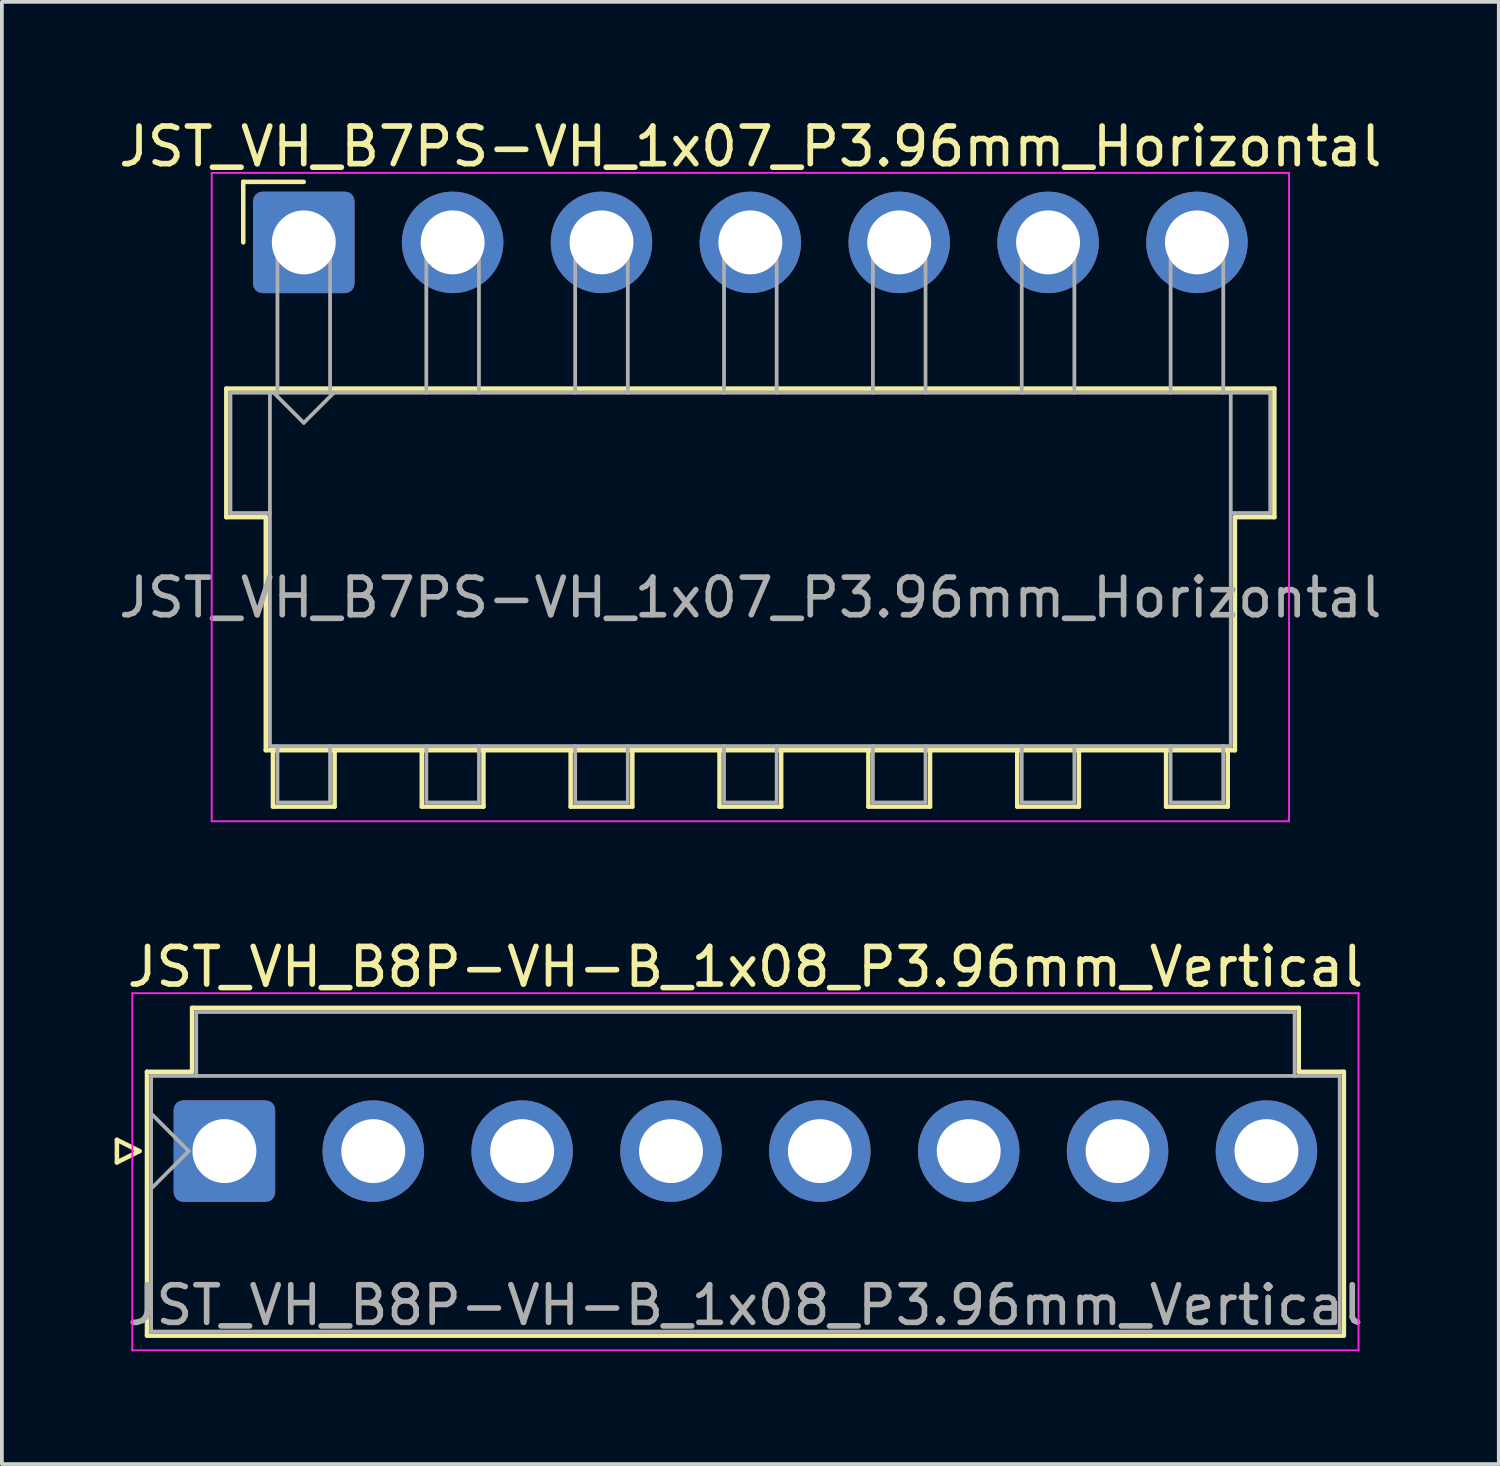
<source format=kicad_pcb>
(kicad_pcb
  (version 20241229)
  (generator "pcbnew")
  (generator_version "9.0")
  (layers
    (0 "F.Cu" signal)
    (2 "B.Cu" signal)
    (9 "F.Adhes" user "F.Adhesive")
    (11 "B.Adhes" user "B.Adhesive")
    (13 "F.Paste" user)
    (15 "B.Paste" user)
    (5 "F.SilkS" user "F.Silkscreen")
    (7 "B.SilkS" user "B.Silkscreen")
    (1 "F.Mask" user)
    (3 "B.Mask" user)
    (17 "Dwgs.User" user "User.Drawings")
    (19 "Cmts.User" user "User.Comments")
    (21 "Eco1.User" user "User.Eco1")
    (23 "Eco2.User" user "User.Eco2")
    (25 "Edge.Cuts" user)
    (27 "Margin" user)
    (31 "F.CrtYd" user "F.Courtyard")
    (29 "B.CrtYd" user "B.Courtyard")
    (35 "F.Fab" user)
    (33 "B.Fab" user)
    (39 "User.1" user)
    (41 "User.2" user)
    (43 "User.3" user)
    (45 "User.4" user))
  (footprint "JST_VH_B7PS-VH_1x07_P3.96mm_Horizontal"
    (layer "F.Cu")
    (at 5.031 3.398)
    (property "Reference" "JST_VH_B7PS-VH_1x07_P3.96mm_Horizontal" (at 11.88 -2.55 0) (layer "F.SilkS") (effects (font (size 1 1) (thickness 0.15))))
    (attr through_hole)
    (fp_line (start -2.06 3.89) (end 25.82 3.89) (stroke (width 0.12) (type solid)) (layer "F.SilkS"))
    (fp_line (start -2.06 7.31) (end -2.06 3.89) (stroke (width 0.12) (type solid)) (layer "F.SilkS"))
    (fp_line (start -1.61 -1.61) (end -1.61 0) (stroke (width 0.12) (type solid)) (layer "F.SilkS"))
    (fp_line (start -1.01 7.31) (end -2.06 7.31) (stroke (width 0.12) (type solid)) (layer "F.SilkS"))
    (fp_line (start -1.01 13.51) (end -1.01 7.31) (stroke (width 0.12) (type solid)) (layer "F.SilkS"))
    (fp_line (start -0.82 13.51) (end -0.82 15.01) (stroke (width 0.12) (type solid)) (layer "F.SilkS"))
    (fp_line (start -0.82 15.01) (end 0.82 15.01) (stroke (width 0.12) (type solid)) (layer "F.SilkS"))
    (fp_line (start 0 -1.61) (end -1.61 -1.61) (stroke (width 0.12) (type solid)) (layer "F.SilkS"))
    (fp_line (start 0.82 15.01) (end 0.82 13.51) (stroke (width 0.12) (type solid)) (layer "F.SilkS"))
    (fp_line (start 3.14 13.51) (end 3.14 15.01) (stroke (width 0.12) (type solid)) (layer "F.SilkS"))
    (fp_line (start 3.14 15.01) (end 4.78 15.01) (stroke (width 0.12) (type solid)) (layer "F.SilkS"))
    (fp_line (start 4.78 15.01) (end 4.78 13.51) (stroke (width 0.12) (type solid)) (layer "F.SilkS"))
    (fp_line (start 7.1 13.51) (end 7.1 15.01) (stroke (width 0.12) (type solid)) (layer "F.SilkS"))
    (fp_line (start 7.1 15.01) (end 8.74 15.01) (stroke (width 0.12) (type solid)) (layer "F.SilkS"))
    (fp_line (start 8.74 15.01) (end 8.74 13.51) (stroke (width 0.12) (type solid)) (layer "F.SilkS"))
    (fp_line (start 11.06 13.51) (end 11.06 15.01) (stroke (width 0.12) (type solid)) (layer "F.SilkS"))
    (fp_line (start 11.06 15.01) (end 12.7 15.01) (stroke (width 0.12) (type solid)) (layer "F.SilkS"))
    (fp_line (start 12.7 15.01) (end 12.7 13.51) (stroke (width 0.12) (type solid)) (layer "F.SilkS"))
    (fp_line (start 15.02 13.51) (end 15.02 15.01) (stroke (width 0.12) (type solid)) (layer "F.SilkS"))
    (fp_line (start 15.02 15.01) (end 16.66 15.01) (stroke (width 0.12) (type solid)) (layer "F.SilkS"))
    (fp_line (start 16.66 15.01) (end 16.66 13.51) (stroke (width 0.12) (type solid)) (layer "F.SilkS"))
    (fp_line (start 18.98 13.51) (end 18.98 15.01) (stroke (width 0.12) (type solid)) (layer "F.SilkS"))
    (fp_line (start 18.98 15.01) (end 20.62 15.01) (stroke (width 0.12) (type solid)) (layer "F.SilkS"))
    (fp_line (start 20.62 15.01) (end 20.62 13.51) (stroke (width 0.12) (type solid)) (layer "F.SilkS"))
    (fp_line (start 22.94 13.51) (end 22.94 15.01) (stroke (width 0.12) (type solid)) (layer "F.SilkS"))
    (fp_line (start 22.94 15.01) (end 24.58 15.01) (stroke (width 0.12) (type solid)) (layer "F.SilkS"))
    (fp_line (start 24.58 15.01) (end 24.58 13.51) (stroke (width 0.12) (type solid)) (layer "F.SilkS"))
    (fp_line (start 24.77 7.31) (end 24.77 13.51) (stroke (width 0.12) (type solid)) (layer "F.SilkS"))
    (fp_line (start 24.77 13.51) (end -1.01 13.51) (stroke (width 0.12) (type solid)) (layer "F.SilkS"))
    (fp_line (start 25.82 3.89) (end 25.82 7.31) (stroke (width 0.12) (type solid)) (layer "F.SilkS"))
    (fp_line (start 25.82 7.31) (end 24.77 7.31) (stroke (width 0.12) (type solid)) (layer "F.SilkS"))
    (fp_line (start -2.45 -1.85) (end -2.45 15.4) (stroke (width 0.05) (type solid)) (layer "F.CrtYd"))
    (fp_line (start -2.45 15.4) (end 26.21 15.4) (stroke (width 0.05) (type solid)) (layer "F.CrtYd"))
    (fp_line (start 26.21 -1.85) (end -2.45 -1.85) (stroke (width 0.05) (type solid)) (layer "F.CrtYd"))
    (fp_line (start 26.21 15.4) (end 26.21 -1.85) (stroke (width 0.05) (type solid)) (layer "F.CrtYd"))
    (fp_line (start -1.95 4) (end -0.9 4) (stroke (width 0.1) (type solid)) (layer "F.Fab"))
    (fp_line (start -1.95 7.2) (end -1.95 4) (stroke (width 0.1) (type solid)) (layer "F.Fab"))
    (fp_line (start -0.9 4) (end -0.9 13.4) (stroke (width 0.1) (type solid)) (layer "F.Fab"))
    (fp_line (start -0.9 7.2) (end -1.95 7.2) (stroke (width 0.1) (type solid)) (layer "F.Fab"))
    (fp_line (start -0.9 13.4) (end 24.66 13.4) (stroke (width 0.1) (type solid)) (layer "F.Fab"))
    (fp_line (start -0.8 4) (end 0 4.8) (stroke (width 0.1) (type solid)) (layer "F.Fab"))
    (fp_line (start -0.7 0) (end 0.7 0) (stroke (width 0.1) (type solid)) (layer "F.Fab"))
    (fp_line (start -0.7 4) (end -0.7 0) (stroke (width 0.1) (type solid)) (layer "F.Fab"))
    (fp_line (start -0.7 13.4) (end -0.7 14.9) (stroke (width 0.1) (type solid)) (layer "F.Fab"))
    (fp_line (start -0.7 14.9) (end 0.7 14.9) (stroke (width 0.1) (type solid)) (layer "F.Fab"))
    (fp_line (start 0 4.8) (end 0.8 4) (stroke (width 0.1) (type solid)) (layer "F.Fab"))
    (fp_line (start 0.7 0) (end 0.7 4) (stroke (width 0.1) (type solid)) (layer "F.Fab"))
    (fp_line (start 0.7 14.9) (end 0.7 13.4) (stroke (width 0.1) (type solid)) (layer "F.Fab"))
    (fp_line (start 3.26 0) (end 4.66 0) (stroke (width 0.1) (type solid)) (layer "F.Fab"))
    (fp_line (start 3.26 4) (end 3.26 0) (stroke (width 0.1) (type solid)) (layer "F.Fab"))
    (fp_line (start 3.26 13.4) (end 3.26 14.9) (stroke (width 0.1) (type solid)) (layer "F.Fab"))
    (fp_line (start 3.26 14.9) (end 4.66 14.9) (stroke (width 0.1) (type solid)) (layer "F.Fab"))
    (fp_line (start 4.66 0) (end 4.66 4) (stroke (width 0.1) (type solid)) (layer "F.Fab"))
    (fp_line (start 4.66 14.9) (end 4.66 13.4) (stroke (width 0.1) (type solid)) (layer "F.Fab"))
    (fp_line (start 7.22 0) (end 8.62 0) (stroke (width 0.1) (type solid)) (layer "F.Fab"))
    (fp_line (start 7.22 4) (end 7.22 0) (stroke (width 0.1) (type solid)) (layer "F.Fab"))
    (fp_line (start 7.22 13.4) (end 7.22 14.9) (stroke (width 0.1) (type solid)) (layer "F.Fab"))
    (fp_line (start 7.22 14.9) (end 8.62 14.9) (stroke (width 0.1) (type solid)) (layer "F.Fab"))
    (fp_line (start 8.62 0) (end 8.62 4) (stroke (width 0.1) (type solid)) (layer "F.Fab"))
    (fp_line (start 8.62 14.9) (end 8.62 13.4) (stroke (width 0.1) (type solid)) (layer "F.Fab"))
    (fp_line (start 11.18 0) (end 12.58 0) (stroke (width 0.1) (type solid)) (layer "F.Fab"))
    (fp_line (start 11.18 4) (end 11.18 0) (stroke (width 0.1) (type solid)) (layer "F.Fab"))
    (fp_line (start 11.18 13.4) (end 11.18 14.9) (stroke (width 0.1) (type solid)) (layer "F.Fab"))
    (fp_line (start 11.18 14.9) (end 12.58 14.9) (stroke (width 0.1) (type solid)) (layer "F.Fab"))
    (fp_line (start 12.58 0) (end 12.58 4) (stroke (width 0.1) (type solid)) (layer "F.Fab"))
    (fp_line (start 12.58 14.9) (end 12.58 13.4) (stroke (width 0.1) (type solid)) (layer "F.Fab"))
    (fp_line (start 15.14 0) (end 16.54 0) (stroke (width 0.1) (type solid)) (layer "F.Fab"))
    (fp_line (start 15.14 4) (end 15.14 0) (stroke (width 0.1) (type solid)) (layer "F.Fab"))
    (fp_line (start 15.14 13.4) (end 15.14 14.9) (stroke (width 0.1) (type solid)) (layer "F.Fab"))
    (fp_line (start 15.14 14.9) (end 16.54 14.9) (stroke (width 0.1) (type solid)) (layer "F.Fab"))
    (fp_line (start 16.54 0) (end 16.54 4) (stroke (width 0.1) (type solid)) (layer "F.Fab"))
    (fp_line (start 16.54 14.9) (end 16.54 13.4) (stroke (width 0.1) (type solid)) (layer "F.Fab"))
    (fp_line (start 19.1 0) (end 20.5 0) (stroke (width 0.1) (type solid)) (layer "F.Fab"))
    (fp_line (start 19.1 4) (end 19.1 0) (stroke (width 0.1) (type solid)) (layer "F.Fab"))
    (fp_line (start 19.1 13.4) (end 19.1 14.9) (stroke (width 0.1) (type solid)) (layer "F.Fab"))
    (fp_line (start 19.1 14.9) (end 20.5 14.9) (stroke (width 0.1) (type solid)) (layer "F.Fab"))
    (fp_line (start 20.5 0) (end 20.5 4) (stroke (width 0.1) (type solid)) (layer "F.Fab"))
    (fp_line (start 20.5 14.9) (end 20.5 13.4) (stroke (width 0.1) (type solid)) (layer "F.Fab"))
    (fp_line (start 23.06 0) (end 24.46 0) (stroke (width 0.1) (type solid)) (layer "F.Fab"))
    (fp_line (start 23.06 4) (end 23.06 0) (stroke (width 0.1) (type solid)) (layer "F.Fab"))
    (fp_line (start 23.06 13.4) (end 23.06 14.9) (stroke (width 0.1) (type solid)) (layer "F.Fab"))
    (fp_line (start 23.06 14.9) (end 24.46 14.9) (stroke (width 0.1) (type solid)) (layer "F.Fab"))
    (fp_line (start 24.46 0) (end 24.46 4) (stroke (width 0.1) (type solid)) (layer "F.Fab"))
    (fp_line (start 24.46 14.9) (end 24.46 13.4) (stroke (width 0.1) (type solid)) (layer "F.Fab"))
    (fp_line (start 24.66 4) (end -0.9 4) (stroke (width 0.1) (type solid)) (layer "F.Fab"))
    (fp_line (start 24.66 4) (end 25.71 4) (stroke (width 0.1) (type solid)) (layer "F.Fab"))
    (fp_line (start 24.66 13.4) (end 24.66 4) (stroke (width 0.1) (type solid)) (layer "F.Fab"))
    (fp_line (start 25.71 4) (end 25.71 7.2) (stroke (width 0.1) (type solid)) (layer "F.Fab"))
    (fp_line (start 25.71 7.2) (end 24.66 7.2) (stroke (width 0.1) (type solid)) (layer "F.Fab"))
    (fp_text user "${REFERENCE}" (at 11.88 9.45 0) (layer "F.Fab") (effects (font (size 1 1) (thickness 0.15))))
    (pad "1" thru_hole roundrect (at 0 0) (size 2.7 2.7) (drill 1.7) (layers "*.Cu" "*.Mask") (roundrect_rratio 0.093))
    (pad "2" thru_hole circle (at 3.96 0) (size 2.7 2.7) (drill 1.7) (layers "*.Cu" "*.Mask"))
    (pad "3" thru_hole circle (at 7.92 0) (size 2.7 2.7) (drill 1.7) (layers "*.Cu" "*.Mask"))
    (pad "4" thru_hole circle (at 11.88 0) (size 2.7 2.7) (drill 1.7) (layers "*.Cu" "*.Mask"))
    (pad "5" thru_hole circle (at 15.84 0) (size 2.7 2.7) (drill 1.7) (layers "*.Cu" "*.Mask"))
    (pad "6" thru_hole circle (at 19.8 0) (size 2.7 2.7) (drill 1.7) (layers "*.Cu" "*.Mask"))
    (pad "7" thru_hole circle (at 23.76 0) (size 2.7 2.7) (drill 1.7) (layers "*.Cu" "*.Mask")))
  (footprint "JST_VH_B8P-VH-B_1x08_P3.96mm_Vertical"
    (layer "F.Cu")
    (at 2.92 27.572)
    (property "Reference" "JST_VH_B8P-VH-B_1x08_P3.96mm_Vertical" (at 13.86 -4.9 0) (layer "F.SilkS") (effects (font (size 1 1) (thickness 0.15))))
    (attr through_hole)
    (fp_line (start -2.86 -0.3) (end -2.26 0) (stroke (width 0.12) (type solid)) (layer "F.SilkS"))
    (fp_line (start -2.86 0.3) (end -2.86 -0.3) (stroke (width 0.12) (type solid)) (layer "F.SilkS"))
    (fp_line (start -2.26 0) (end -2.86 0.3) (stroke (width 0.12) (type solid)) (layer "F.SilkS"))
    (fp_line (start -2.06 -2.11) (end -0.86 -2.11) (stroke (width 0.12) (type solid)) (layer "F.SilkS"))
    (fp_line (start -2.06 4.91) (end -2.06 -2.11) (stroke (width 0.12) (type solid)) (layer "F.SilkS"))
    (fp_line (start -0.86 -3.81) (end 28.58 -3.81) (stroke (width 0.12) (type solid)) (layer "F.SilkS"))
    (fp_line (start -0.86 -2.11) (end -0.86 -3.81) (stroke (width 0.12) (type solid)) (layer "F.SilkS"))
    (fp_line (start 28.58 -3.81) (end 28.58 -2.11) (stroke (width 0.12) (type solid)) (layer "F.SilkS"))
    (fp_line (start 28.58 -2.11) (end 29.78 -2.11) (stroke (width 0.12) (type solid)) (layer "F.SilkS"))
    (fp_line (start 29.78 -2.11) (end 29.78 4.91) (stroke (width 0.12) (type solid)) (layer "F.SilkS"))
    (fp_line (start 29.78 4.91) (end -2.06 4.91) (stroke (width 0.12) (type solid)) (layer "F.SilkS"))
    (fp_line (start -2.45 -4.2) (end -2.45 5.3) (stroke (width 0.05) (type solid)) (layer "F.CrtYd"))
    (fp_line (start -2.45 5.3) (end 30.17 5.3) (stroke (width 0.05) (type solid)) (layer "F.CrtYd"))
    (fp_line (start 30.17 -4.2) (end -2.45 -4.2) (stroke (width 0.05) (type solid)) (layer "F.CrtYd"))
    (fp_line (start 30.17 5.3) (end 30.17 -4.2) (stroke (width 0.05) (type solid)) (layer "F.CrtYd"))
    (fp_line (start -1.95 -2) (end -1.95 4.8) (stroke (width 0.1) (type solid)) (layer "F.Fab"))
    (fp_line (start -1.95 -1) (end -0.95 0) (stroke (width 0.1) (type solid)) (layer "F.Fab"))
    (fp_line (start -1.95 1) (end -0.95 0) (stroke (width 0.1) (type solid)) (layer "F.Fab"))
    (fp_line (start -1.95 4.8) (end 29.67 4.8) (stroke (width 0.1) (type solid)) (layer "F.Fab"))
    (fp_line (start -0.75 -3.7) (end 28.47 -3.7) (stroke (width 0.1) (type solid)) (layer "F.Fab"))
    (fp_line (start -0.75 -2) (end -0.75 -3.7) (stroke (width 0.1) (type solid)) (layer "F.Fab"))
    (fp_line (start 28.47 -3.7) (end 28.47 -2) (stroke (width 0.1) (type solid)) (layer "F.Fab"))
    (fp_line (start 29.67 -2) (end -1.95 -2) (stroke (width 0.1) (type solid)) (layer "F.Fab"))
    (fp_line (start 29.67 4.8) (end 29.67 -2) (stroke (width 0.1) (type solid)) (layer "F.Fab"))
    (fp_text user "${REFERENCE}" (at 13.86 4.1 0) (layer "F.Fab") (effects (font (size 1 1) (thickness 0.15))))
    (pad "1" thru_hole roundrect (at 0 0) (size 2.7 2.7) (drill 1.7) (layers "*.Cu" "*.Mask") (roundrect_rratio 0.093))
    (pad "2" thru_hole circle (at 3.96 0) (size 2.7 2.7) (drill 1.7) (layers "*.Cu" "*.Mask"))
    (pad "3" thru_hole circle (at 7.92 0) (size 2.7 2.7) (drill 1.7) (layers "*.Cu" "*.Mask"))
    (pad "4" thru_hole circle (at 11.88 0) (size 2.7 2.7) (drill 1.7) (layers "*.Cu" "*.Mask"))
    (pad "5" thru_hole circle (at 15.84 0) (size 2.7 2.7) (drill 1.7) (layers "*.Cu" "*.Mask"))
    (pad "6" thru_hole circle (at 19.8 0) (size 2.7 2.7) (drill 1.7) (layers "*.Cu" "*.Mask"))
    (pad "7" thru_hole circle (at 23.76 0) (size 2.7 2.7) (drill 1.7) (layers "*.Cu" "*.Mask"))
    (pad "8" thru_hole circle (at 27.72 0) (size 2.7 2.7) (drill 1.7) (layers "*.Cu" "*.Mask")))
  (gr_rect
    (start -3 -3)
    (end 36.821 35.897)
    (stroke (width 0.1) (type default))
    (fill no)
    (layer "Edge.Cuts")))
</source>
